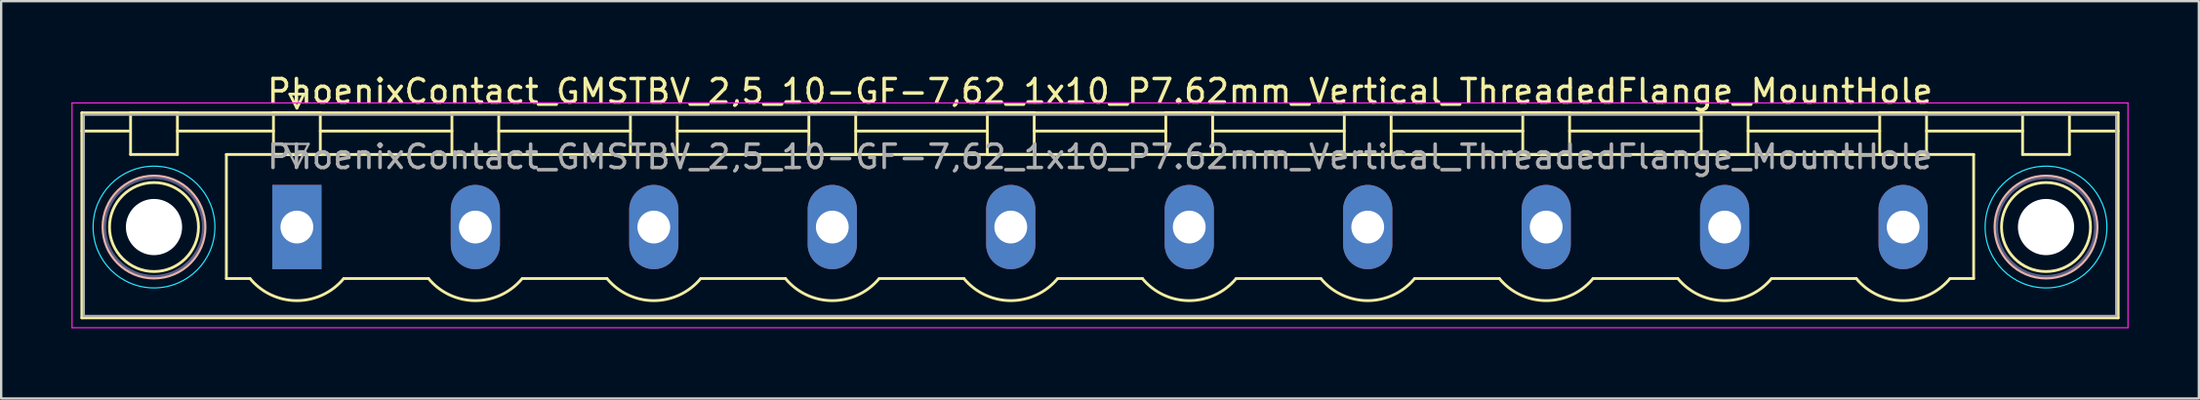
<source format=kicad_pcb>
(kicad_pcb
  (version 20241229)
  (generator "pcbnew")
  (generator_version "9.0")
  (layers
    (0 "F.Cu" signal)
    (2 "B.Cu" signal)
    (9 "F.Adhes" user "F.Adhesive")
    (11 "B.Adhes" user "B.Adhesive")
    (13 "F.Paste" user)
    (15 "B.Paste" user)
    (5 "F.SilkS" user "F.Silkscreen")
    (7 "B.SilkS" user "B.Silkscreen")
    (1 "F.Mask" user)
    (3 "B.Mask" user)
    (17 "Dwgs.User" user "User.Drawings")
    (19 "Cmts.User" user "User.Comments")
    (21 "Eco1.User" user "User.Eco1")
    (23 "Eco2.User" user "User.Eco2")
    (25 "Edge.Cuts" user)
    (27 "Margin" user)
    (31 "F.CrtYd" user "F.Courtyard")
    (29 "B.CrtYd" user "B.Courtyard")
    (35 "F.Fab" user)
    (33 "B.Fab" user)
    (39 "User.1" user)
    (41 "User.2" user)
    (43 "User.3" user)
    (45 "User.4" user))
  (footprint "PhoenixContact_GMSTBV_2,5_10-GF-7,62_1x10_P7.62mm_Vertical_ThreadedFlange_MountHole"
    (layer "F.Cu")
    (at 9.625 6.648)
    (property "Reference" "PhoenixContact_GMSTBV_2,5_10-GF-7,62_1x10_P7.62mm_Vertical_ThreadedFlange_MountHole" (at 34.29 -5.8 0) (layer "F.SilkS") (effects (font (size 1 1) (thickness 0.15))))
    (attr through_hole)
    (fp_line (start -9.18 -4.88) (end -9.18 3.88) (stroke (width 0.12) (type solid)) (layer "F.SilkS"))
    (fp_line (start -9.18 -4.1) (end -7.18 -4.1) (stroke (width 0.12) (type solid)) (layer "F.SilkS"))
    (fp_line (start -9.18 3.88) (end 77.76 3.88) (stroke (width 0.12) (type solid)) (layer "F.SilkS"))
    (fp_line (start -7.1 -4.88) (end -5.1 -4.88) (stroke (width 0.12) (type solid)) (layer "F.SilkS"))
    (fp_line (start -7.1 -3.1) (end -7.1 -4.88) (stroke (width 0.12) (type solid)) (layer "F.SilkS"))
    (fp_line (start -5.1 -4.88) (end -5.1 -3.1) (stroke (width 0.12) (type solid)) (layer "F.SilkS"))
    (fp_line (start -5.1 -4.1) (end -1 -4.1) (stroke (width 0.12) (type solid)) (layer "F.SilkS"))
    (fp_line (start -5.1 -3.1) (end -7.1 -3.1) (stroke (width 0.12) (type solid)) (layer "F.SilkS"))
    (fp_line (start -3.01 -3.1) (end 71.59 -3.1) (stroke (width 0.12) (type solid)) (layer "F.SilkS"))
    (fp_line (start -3.01 2.2) (end -3.01 -3.1) (stroke (width 0.12) (type solid)) (layer "F.SilkS"))
    (fp_line (start -2 2.2) (end -3.01 2.2) (stroke (width 0.12) (type solid)) (layer "F.SilkS"))
    (fp_line (start -1 -4.88) (end 1 -4.88) (stroke (width 0.12) (type solid)) (layer "F.SilkS"))
    (fp_line (start -1 -3.1) (end -1 -4.88) (stroke (width 0.12) (type solid)) (layer "F.SilkS"))
    (fp_line (start -0.3 -5.68) (end 0.3 -5.68) (stroke (width 0.12) (type solid)) (layer "F.SilkS"))
    (fp_line (start 0 -5.08) (end -0.3 -5.68) (stroke (width 0.12) (type solid)) (layer "F.SilkS"))
    (fp_line (start 0.3 -5.68) (end 0 -5.08) (stroke (width 0.12) (type solid)) (layer "F.SilkS"))
    (fp_line (start 1 -4.88) (end 1 -3.1) (stroke (width 0.12) (type solid)) (layer "F.SilkS"))
    (fp_line (start 1 -4.1) (end 6.62 -4.1) (stroke (width 0.12) (type solid)) (layer "F.SilkS"))
    (fp_line (start 1 -3.1) (end -1 -3.1) (stroke (width 0.12) (type solid)) (layer "F.SilkS"))
    (fp_line (start 2 2.2) (end 5.62 2.2) (stroke (width 0.12) (type solid)) (layer "F.SilkS"))
    (fp_line (start 6.62 -4.88) (end 8.62 -4.88) (stroke (width 0.12) (type solid)) (layer "F.SilkS"))
    (fp_line (start 6.62 -3.1) (end 6.62 -4.88) (stroke (width 0.12) (type solid)) (layer "F.SilkS"))
    (fp_line (start 8.62 -4.88) (end 8.62 -3.1) (stroke (width 0.12) (type solid)) (layer "F.SilkS"))
    (fp_line (start 8.62 -4.1) (end 14.24 -4.1) (stroke (width 0.12) (type solid)) (layer "F.SilkS"))
    (fp_line (start 8.62 -3.1) (end 6.62 -3.1) (stroke (width 0.12) (type solid)) (layer "F.SilkS"))
    (fp_line (start 9.62 2.2) (end 13.24 2.2) (stroke (width 0.12) (type solid)) (layer "F.SilkS"))
    (fp_line (start 14.24 -4.88) (end 16.24 -4.88) (stroke (width 0.12) (type solid)) (layer "F.SilkS"))
    (fp_line (start 14.24 -3.1) (end 14.24 -4.88) (stroke (width 0.12) (type solid)) (layer "F.SilkS"))
    (fp_line (start 16.24 -4.88) (end 16.24 -3.1) (stroke (width 0.12) (type solid)) (layer "F.SilkS"))
    (fp_line (start 16.24 -4.1) (end 21.86 -4.1) (stroke (width 0.12) (type solid)) (layer "F.SilkS"))
    (fp_line (start 16.24 -3.1) (end 14.24 -3.1) (stroke (width 0.12) (type solid)) (layer "F.SilkS"))
    (fp_line (start 17.24 2.2) (end 20.86 2.2) (stroke (width 0.12) (type solid)) (layer "F.SilkS"))
    (fp_line (start 21.86 -4.88) (end 23.86 -4.88) (stroke (width 0.12) (type solid)) (layer "F.SilkS"))
    (fp_line (start 21.86 -3.1) (end 21.86 -4.88) (stroke (width 0.12) (type solid)) (layer "F.SilkS"))
    (fp_line (start 23.86 -4.88) (end 23.86 -3.1) (stroke (width 0.12) (type solid)) (layer "F.SilkS"))
    (fp_line (start 23.86 -4.1) (end 29.48 -4.1) (stroke (width 0.12) (type solid)) (layer "F.SilkS"))
    (fp_line (start 23.86 -3.1) (end 21.86 -3.1) (stroke (width 0.12) (type solid)) (layer "F.SilkS"))
    (fp_line (start 24.86 2.2) (end 28.48 2.2) (stroke (width 0.12) (type solid)) (layer "F.SilkS"))
    (fp_line (start 29.48 -4.88) (end 31.48 -4.88) (stroke (width 0.12) (type solid)) (layer "F.SilkS"))
    (fp_line (start 29.48 -3.1) (end 29.48 -4.88) (stroke (width 0.12) (type solid)) (layer "F.SilkS"))
    (fp_line (start 31.48 -4.88) (end 31.48 -3.1) (stroke (width 0.12) (type solid)) (layer "F.SilkS"))
    (fp_line (start 31.48 -4.1) (end 37.1 -4.1) (stroke (width 0.12) (type solid)) (layer "F.SilkS"))
    (fp_line (start 31.48 -3.1) (end 29.48 -3.1) (stroke (width 0.12) (type solid)) (layer "F.SilkS"))
    (fp_line (start 32.48 2.2) (end 36.1 2.2) (stroke (width 0.12) (type solid)) (layer "F.SilkS"))
    (fp_line (start 37.1 -4.88) (end 39.1 -4.88) (stroke (width 0.12) (type solid)) (layer "F.SilkS"))
    (fp_line (start 37.1 -3.1) (end 37.1 -4.88) (stroke (width 0.12) (type solid)) (layer "F.SilkS"))
    (fp_line (start 39.1 -4.88) (end 39.1 -3.1) (stroke (width 0.12) (type solid)) (layer "F.SilkS"))
    (fp_line (start 39.1 -4.1) (end 44.72 -4.1) (stroke (width 0.12) (type solid)) (layer "F.SilkS"))
    (fp_line (start 39.1 -3.1) (end 37.1 -3.1) (stroke (width 0.12) (type solid)) (layer "F.SilkS"))
    (fp_line (start 40.1 2.2) (end 43.72 2.2) (stroke (width 0.12) (type solid)) (layer "F.SilkS"))
    (fp_line (start 44.72 -4.88) (end 46.72 -4.88) (stroke (width 0.12) (type solid)) (layer "F.SilkS"))
    (fp_line (start 44.72 -3.1) (end 44.72 -4.88) (stroke (width 0.12) (type solid)) (layer "F.SilkS"))
    (fp_line (start 46.72 -4.88) (end 46.72 -3.1) (stroke (width 0.12) (type solid)) (layer "F.SilkS"))
    (fp_line (start 46.72 -4.1) (end 52.34 -4.1) (stroke (width 0.12) (type solid)) (layer "F.SilkS"))
    (fp_line (start 46.72 -3.1) (end 44.72 -3.1) (stroke (width 0.12) (type solid)) (layer "F.SilkS"))
    (fp_line (start 47.72 2.2) (end 51.34 2.2) (stroke (width 0.12) (type solid)) (layer "F.SilkS"))
    (fp_line (start 52.34 -4.88) (end 54.34 -4.88) (stroke (width 0.12) (type solid)) (layer "F.SilkS"))
    (fp_line (start 52.34 -3.1) (end 52.34 -4.88) (stroke (width 0.12) (type solid)) (layer "F.SilkS"))
    (fp_line (start 54.34 -4.88) (end 54.34 -3.1) (stroke (width 0.12) (type solid)) (layer "F.SilkS"))
    (fp_line (start 54.34 -4.1) (end 59.96 -4.1) (stroke (width 0.12) (type solid)) (layer "F.SilkS"))
    (fp_line (start 54.34 -3.1) (end 52.34 -3.1) (stroke (width 0.12) (type solid)) (layer "F.SilkS"))
    (fp_line (start 55.34 2.2) (end 58.96 2.2) (stroke (width 0.12) (type solid)) (layer "F.SilkS"))
    (fp_line (start 59.96 -4.88) (end 61.96 -4.88) (stroke (width 0.12) (type solid)) (layer "F.SilkS"))
    (fp_line (start 59.96 -3.1) (end 59.96 -4.88) (stroke (width 0.12) (type solid)) (layer "F.SilkS"))
    (fp_line (start 61.96 -4.88) (end 61.96 -3.1) (stroke (width 0.12) (type solid)) (layer "F.SilkS"))
    (fp_line (start 61.96 -4.1) (end 67.58 -4.1) (stroke (width 0.12) (type solid)) (layer "F.SilkS"))
    (fp_line (start 61.96 -3.1) (end 59.96 -3.1) (stroke (width 0.12) (type solid)) (layer "F.SilkS"))
    (fp_line (start 62.96 2.2) (end 66.58 2.2) (stroke (width 0.12) (type solid)) (layer "F.SilkS"))
    (fp_line (start 67.58 -4.88) (end 69.58 -4.88) (stroke (width 0.12) (type solid)) (layer "F.SilkS"))
    (fp_line (start 67.58 -3.1) (end 67.58 -4.88) (stroke (width 0.12) (type solid)) (layer "F.SilkS"))
    (fp_line (start 69.58 -4.88) (end 69.58 -3.1) (stroke (width 0.12) (type solid)) (layer "F.SilkS"))
    (fp_line (start 69.58 -4.1) (end 73.68 -4.1) (stroke (width 0.12) (type solid)) (layer "F.SilkS"))
    (fp_line (start 69.58 -3.1) (end 67.58 -3.1) (stroke (width 0.12) (type solid)) (layer "F.SilkS"))
    (fp_line (start 71.59 -3.1) (end 71.59 2.2) (stroke (width 0.12) (type solid)) (layer "F.SilkS"))
    (fp_line (start 71.59 2.2) (end 70.58 2.2) (stroke (width 0.12) (type solid)) (layer "F.SilkS"))
    (fp_line (start 73.68 -4.88) (end 75.68 -4.88) (stroke (width 0.12) (type solid)) (layer "F.SilkS"))
    (fp_line (start 73.68 -3.1) (end 73.68 -4.88) (stroke (width 0.12) (type solid)) (layer "F.SilkS"))
    (fp_line (start 75.68 -4.88) (end 75.68 -3.1) (stroke (width 0.12) (type solid)) (layer "F.SilkS"))
    (fp_line (start 75.68 -3.1) (end 73.68 -3.1) (stroke (width 0.12) (type solid)) (layer "F.SilkS"))
    (fp_line (start 77.76 -4.88) (end -9.18 -4.88) (stroke (width 0.12) (type solid)) (layer "F.SilkS"))
    (fp_line (start 77.76 -4.1) (end 75.76 -4.1) (stroke (width 0.12) (type solid)) (layer "F.SilkS"))
    (fp_line (start 77.76 3.88) (end 77.76 -4.88) (stroke (width 0.12) (type solid)) (layer "F.SilkS"))
    (fp_arc (start 1.986842 2.215821) (mid -0.010289 3.142758) (end -2 2.2) (stroke (width 0.12) (type solid)) (layer "F.SilkS"))
    (fp_arc (start 9.606842 2.215821) (mid 7.609711 3.142758) (end 5.62 2.2) (stroke (width 0.12) (type solid)) (layer "F.SilkS"))
    (fp_arc (start 17.226842 2.215821) (mid 15.229711 3.142758) (end 13.24 2.2) (stroke (width 0.12) (type solid)) (layer "F.SilkS"))
    (fp_arc (start 24.846842 2.215821) (mid 22.849711 3.142758) (end 20.86 2.2) (stroke (width 0.12) (type solid)) (layer "F.SilkS"))
    (fp_arc (start 32.466842 2.215821) (mid 30.469711 3.142758) (end 28.48 2.2) (stroke (width 0.12) (type solid)) (layer "F.SilkS"))
    (fp_arc (start 40.086842 2.215821) (mid 38.089711 3.142758) (end 36.1 2.2) (stroke (width 0.12) (type solid)) (layer "F.SilkS"))
    (fp_arc (start 47.706842 2.215821) (mid 45.709711 3.142758) (end 43.72 2.2) (stroke (width 0.12) (type solid)) (layer "F.SilkS"))
    (fp_arc (start 55.326842 2.215821) (mid 53.329711 3.142758) (end 51.34 2.2) (stroke (width 0.12) (type solid)) (layer "F.SilkS"))
    (fp_arc (start 62.946842 2.215821) (mid 60.949711 3.142758) (end 58.96 2.2) (stroke (width 0.12) (type solid)) (layer "F.SilkS"))
    (fp_arc (start 70.566842 2.215821) (mid 68.569711 3.142758) (end 66.58 2.2) (stroke (width 0.12) (type solid)) (layer "F.SilkS"))
    (fp_circle (center -6.1 0) (end -4.2 0) (stroke (width 0.12) (type solid)) (fill no) (layer "F.SilkS"))
    (fp_circle (center 74.68 0) (end 76.58 0) (stroke (width 0.12) (type solid)) (fill no) (layer "F.SilkS"))
    (fp_circle (center -6.1 0) (end -3.92 0) (stroke (width 0.12) (type solid)) (fill no) (layer "B.SilkS"))
    (fp_circle (center 74.68 0) (end 76.86 0) (stroke (width 0.12) (type solid)) (fill no) (layer "B.SilkS"))
    (fp_circle (center -6.1 0) (end -3.5 0) (stroke (width 0.05) (type solid)) (fill no) (layer "B.CrtYd"))
    (fp_circle (center 74.68 0) (end 77.28 0) (stroke (width 0.05) (type solid)) (fill no) (layer "B.CrtYd"))
    (fp_line (start -9.6 -5.3) (end -9.6 4.3) (stroke (width 0.05) (type solid)) (layer "F.CrtYd"))
    (fp_line (start -9.6 4.3) (end 78.18 4.3) (stroke (width 0.05) (type solid)) (layer "F.CrtYd"))
    (fp_line (start 78.18 -5.3) (end -9.6 -5.3) (stroke (width 0.05) (type solid)) (layer "F.CrtYd"))
    (fp_line (start 78.18 4.3) (end 78.18 -5.3) (stroke (width 0.05) (type solid)) (layer "F.CrtYd"))
    (fp_circle (center -6.1 0) (end -4 0) (stroke (width 0.1) (type solid)) (fill no) (layer "B.Fab"))
    (fp_circle (center 74.68 0) (end 76.78 0) (stroke (width 0.1) (type solid)) (fill no) (layer "B.Fab"))
    (fp_line (start -9.1 -4.8) (end -9.1 3.8) (stroke (width 0.1) (type solid)) (layer "F.Fab"))
    (fp_line (start -9.1 3.8) (end 77.68 3.8) (stroke (width 0.1) (type solid)) (layer "F.Fab"))
    (fp_line (start -0.5 -3.55) (end 0.5 -3.55) (stroke (width 0.1) (type solid)) (layer "F.Fab"))
    (fp_line (start 0 -2.55) (end -0.5 -3.55) (stroke (width 0.1) (type solid)) (layer "F.Fab"))
    (fp_line (start 0.5 -3.55) (end 0 -2.55) (stroke (width 0.1) (type solid)) (layer "F.Fab"))
    (fp_line (start 77.68 -4.8) (end -9.1 -4.8) (stroke (width 0.1) (type solid)) (layer "F.Fab"))
    (fp_line (start 77.68 3.8) (end 77.68 -4.8) (stroke (width 0.1) (type solid)) (layer "F.Fab"))
    (fp_text user "${REFERENCE}" (at 34.29 -3 0) (layer "F.Fab") (effects (font (size 1 1) (thickness 0.15))))
    (pad "" np_thru_hole circle (at -6.1 0) (size 2.4 2.4) (drill 2.4) (layers "*.Cu" "*.Mask"))
    (pad "" np_thru_hole circle (at 74.68 0) (size 2.4 2.4) (drill 2.4) (layers "*.Cu" "*.Mask"))
    (pad "1" thru_hole rect (at 0 0) (size 2.1 3.6) (drill 1.4) (layers "*.Cu" "*.Mask"))
    (pad "2" thru_hole oval (at 7.62 0) (size 2.1 3.6) (drill 1.4) (layers "*.Cu" "*.Mask"))
    (pad "3" thru_hole oval (at 15.24 0) (size 2.1 3.6) (drill 1.4) (layers "*.Cu" "*.Mask"))
    (pad "4" thru_hole oval (at 22.86 0) (size 2.1 3.6) (drill 1.4) (layers "*.Cu" "*.Mask"))
    (pad "5" thru_hole oval (at 30.48 0) (size 2.1 3.6) (drill 1.4) (layers "*.Cu" "*.Mask"))
    (pad "6" thru_hole oval (at 38.1 0) (size 2.1 3.6) (drill 1.4) (layers "*.Cu" "*.Mask"))
    (pad "7" thru_hole oval (at 45.72 0) (size 2.1 3.6) (drill 1.4) (layers "*.Cu" "*.Mask"))
    (pad "8" thru_hole oval (at 53.34 0) (size 2.1 3.6) (drill 1.4) (layers "*.Cu" "*.Mask"))
    (pad "9" thru_hole oval (at 60.96 0) (size 2.1 3.6) (drill 1.4) (layers "*.Cu" "*.Mask"))
    (pad "10" thru_hole oval (at 68.58 0) (size 2.1 3.6) (drill 1.4) (layers "*.Cu" "*.Mask")))
  (gr_rect
    (start -3 -3)
    (end 90.83 13.973)
    (stroke (width 0.1) (type default))
    (fill no)
    (layer "Edge.Cuts")))
</source>
